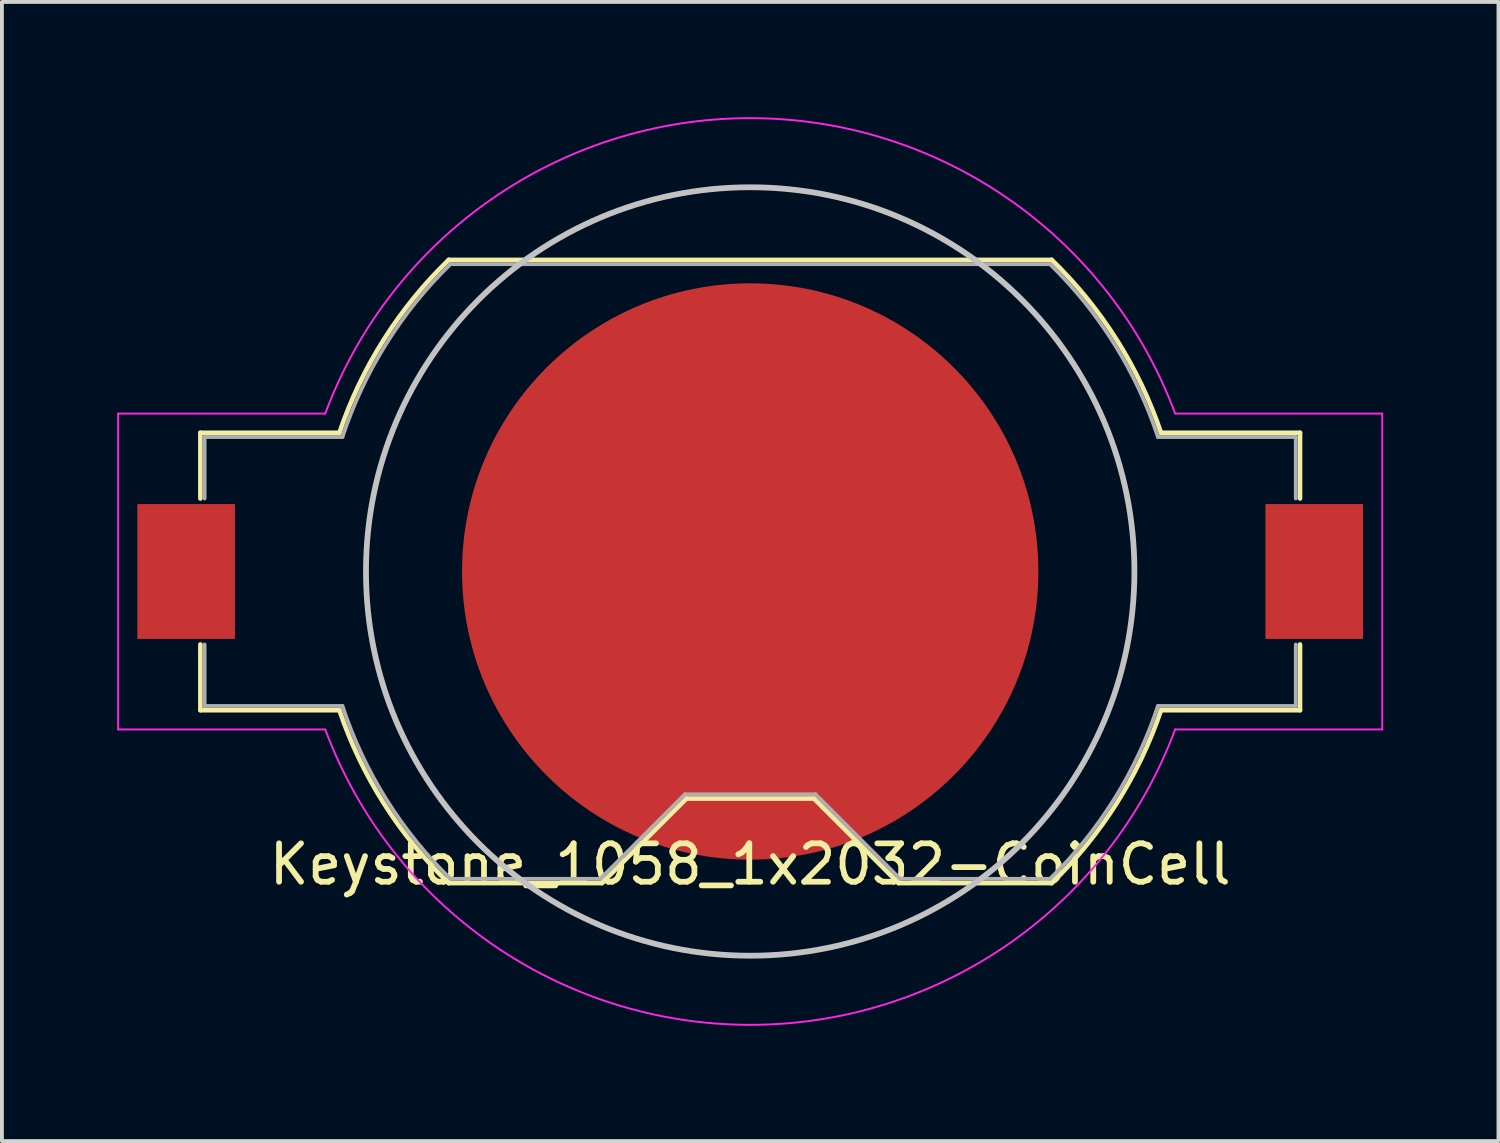
<source format=kicad_pcb>
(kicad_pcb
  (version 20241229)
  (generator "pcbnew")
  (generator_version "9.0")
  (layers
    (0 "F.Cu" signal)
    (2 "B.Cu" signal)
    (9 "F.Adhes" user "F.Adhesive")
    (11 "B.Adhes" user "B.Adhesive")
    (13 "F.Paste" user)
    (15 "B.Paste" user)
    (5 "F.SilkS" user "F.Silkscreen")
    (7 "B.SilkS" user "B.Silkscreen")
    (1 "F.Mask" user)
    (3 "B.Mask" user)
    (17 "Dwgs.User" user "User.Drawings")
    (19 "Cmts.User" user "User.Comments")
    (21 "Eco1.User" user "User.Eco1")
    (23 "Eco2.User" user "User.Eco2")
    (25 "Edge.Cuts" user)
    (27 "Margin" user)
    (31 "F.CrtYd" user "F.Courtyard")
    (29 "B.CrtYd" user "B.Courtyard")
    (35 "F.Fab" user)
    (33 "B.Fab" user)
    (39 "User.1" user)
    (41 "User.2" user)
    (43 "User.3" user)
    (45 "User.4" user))
  (footprint "Keystone_1058_1x2032-CoinCell"
    (layer "F.Cu")
    (at 16.475 11.824)
    (property "Reference" "Keystone_1058_1x2032-CoinCell" (at 0 7.62 0) (layer "F.SilkS") (effects (font (size 1 1) (thickness 0.15))))
    (attr smd)
    (fp_line (start -14.31 -3.61) (end -10.692 -3.61) (stroke (width 0.12) (type solid)) (layer "F.SilkS"))
    (fp_line (start -14.31 -1.9) (end -14.31 -3.61) (stroke (width 0.12) (type solid)) (layer "F.SilkS"))
    (fp_line (start -14.31 1.9) (end -14.31 3.61) (stroke (width 0.12) (type solid)) (layer "F.SilkS"))
    (fp_line (start -10.692 3.61) (end -14.31 3.61) (stroke (width 0.12) (type solid)) (layer "F.SilkS"))
    (fp_line (start -7.847 -8.11) (end 7.847 -8.11) (stroke (width 0.12) (type solid)) (layer "F.SilkS"))
    (fp_line (start -3.86 8.11) (end -7.847 8.11) (stroke (width 0.12) (type solid)) (layer "F.SilkS"))
    (fp_line (start -1.66 5.91) (end -3.86 8.11) (stroke (width 0.12) (type solid)) (layer "F.SilkS"))
    (fp_line (start 1.66 5.91) (end -1.66 5.91) (stroke (width 0.12) (type solid)) (layer "F.SilkS"))
    (fp_line (start 1.66 5.91) (end 3.86 8.11) (stroke (width 0.12) (type solid)) (layer "F.SilkS"))
    (fp_line (start 7.847 8.11) (end 3.86 8.11) (stroke (width 0.12) (type solid)) (layer "F.SilkS"))
    (fp_line (start 10.692 -3.61) (end 14.31 -3.61) (stroke (width 0.12) (type solid)) (layer "F.SilkS"))
    (fp_line (start 14.31 -1.9) (end 14.31 -3.61) (stroke (width 0.12) (type solid)) (layer "F.SilkS"))
    (fp_line (start 14.31 1.9) (end 14.31 3.61) (stroke (width 0.12) (type solid)) (layer "F.SilkS"))
    (fp_line (start 14.31 3.61) (end 10.692 3.61) (stroke (width 0.12) (type solid)) (layer "F.SilkS"))
    (fp_arc (start -10.692 -3.61) (mid -9.538084 -6.031244) (end -7.845371 -8.111789) (stroke (width 0.12) (type solid)) (layer "F.SilkS"))
    (fp_arc (start -7.845371 8.111789) (mid -9.538085 6.031244) (end -10.692 3.61) (stroke (width 0.12) (type solid)) (layer "F.SilkS"))
    (fp_arc (start 7.845371 -8.111789) (mid 9.538085 -6.031244) (end 10.692 -3.61) (stroke (width 0.12) (type solid)) (layer "F.SilkS"))
    (fp_arc (start 10.692 3.61) (mid 9.538084 6.031244) (end 7.845371 8.111789) (stroke (width 0.12) (type solid)) (layer "F.SilkS"))
    (fp_circle (center 0 0) (end 10 0) (stroke (width 0.15) (type solid)) (fill no) (layer "Dwgs.User"))
    (fp_line (start -16.45 -4.11) (end -16.45 4.11) (stroke (width 0.05) (type solid)) (layer "F.CrtYd"))
    (fp_line (start -16.45 -4.11) (end -11.06 -4.11) (stroke (width 0.05) (type solid)) (layer "F.CrtYd"))
    (fp_line (start -16.45 4.11) (end -11.06 4.11) (stroke (width 0.05) (type solid)) (layer "F.CrtYd"))
    (fp_line (start 11.06 4.11) (end 16.45 4.11) (stroke (width 0.05) (type solid)) (layer "F.CrtYd"))
    (fp_line (start 16.45 -4.11) (end 11.06 -4.11) (stroke (width 0.05) (type solid)) (layer "F.CrtYd"))
    (fp_line (start 16.45 4.11) (end 16.45 -4.11) (stroke (width 0.05) (type solid)) (layer "F.CrtYd"))
    (fp_arc (start -11.06 -4.11) (mid -0.002978 -11.79897) (end 11.057924 -4.115582) (stroke (width 0.05) (type solid)) (layer "F.CrtYd"))
    (fp_arc (start 11.06 4.11) (mid 0.002978 11.79897) (end -11.057924 4.115582) (stroke (width 0.05) (type solid)) (layer "F.CrtYd"))
    (fp_line (start -14.2 -3.5) (end -14.2 -1.9) (stroke (width 0.1) (type solid)) (layer "F.Fab"))
    (fp_line (start -14.2 -3.5) (end -10.613 -3.5) (stroke (width 0.1) (type solid)) (layer "F.Fab"))
    (fp_line (start -14.2 1.9) (end -14.2 3.5) (stroke (width 0.1) (type solid)) (layer "F.Fab"))
    (fp_line (start -14.2 3.5) (end -10.613 3.5) (stroke (width 0.1) (type solid)) (layer "F.Fab"))
    (fp_line (start -7.803 -8) (end 7.803 -8) (stroke (width 0.1) (type solid)) (layer "F.Fab"))
    (fp_line (start -3.9 8) (end -7.803 8) (stroke (width 0.1) (type solid)) (layer "F.Fab"))
    (fp_line (start -1.7 5.8) (end -3.9 8) (stroke (width 0.1) (type solid)) (layer "F.Fab"))
    (fp_line (start -1.7 5.8) (end 1.7 5.8) (stroke (width 0.1) (type solid)) (layer "F.Fab"))
    (fp_line (start 1.7 5.8) (end 3.9 8) (stroke (width 0.1) (type solid)) (layer "F.Fab"))
    (fp_line (start 3.9 8) (end 7.803 8) (stroke (width 0.1) (type solid)) (layer "F.Fab"))
    (fp_line (start 10.613 -3.5) (end 14.2 -3.5) (stroke (width 0.1) (type solid)) (layer "F.Fab"))
    (fp_line (start 14.2 -3.5) (end 14.2 -1.9) (stroke (width 0.1) (type solid)) (layer "F.Fab"))
    (fp_line (start 14.2 1.9) (end 14.2 3.5) (stroke (width 0.1) (type solid)) (layer "F.Fab"))
    (fp_line (start 14.2 3.5) (end 10.613 3.5) (stroke (width 0.1) (type solid)) (layer "F.Fab"))
    (fp_arc (start -10.61275 -3.5) (mid -9.478596 -5.919179) (end -7.802602 -7.999992) (stroke (width 0.1) (type solid)) (layer "F.Fab"))
    (fp_arc (start -7.802602 7.999992) (mid -9.478596 5.91918) (end -10.61275 3.5) (stroke (width 0.1) (type solid)) (layer "F.Fab"))
    (fp_arc (start 7.802602 -7.999992) (mid 9.478596 -5.91918) (end 10.61275 -3.5) (stroke (width 0.1) (type solid)) (layer "F.Fab"))
    (fp_arc (start 10.61275 3.5) (mid 9.478596 5.919179) (end 7.802602 7.999992) (stroke (width 0.1) (type solid)) (layer "F.Fab"))
    (pad "1" smd rect (at -14.68 0) (size 2.54 3.51) (layers "F.Cu" "F.Mask" "F.Paste"))
    (pad "1" smd rect (at 14.68 0) (size 2.54 3.51) (layers "F.Cu" "F.Mask" "F.Paste"))
    (pad "2" smd circle (at 0 0) (size 15 15) (layers "F.Cu" "F.Mask" "F.Paste")))
  (gr_rect
    (start -3 -3)
    (end 35.95 26.648)
    (stroke (width 0.1) (type default))
    (fill no)
    (layer "Edge.Cuts")))
</source>
